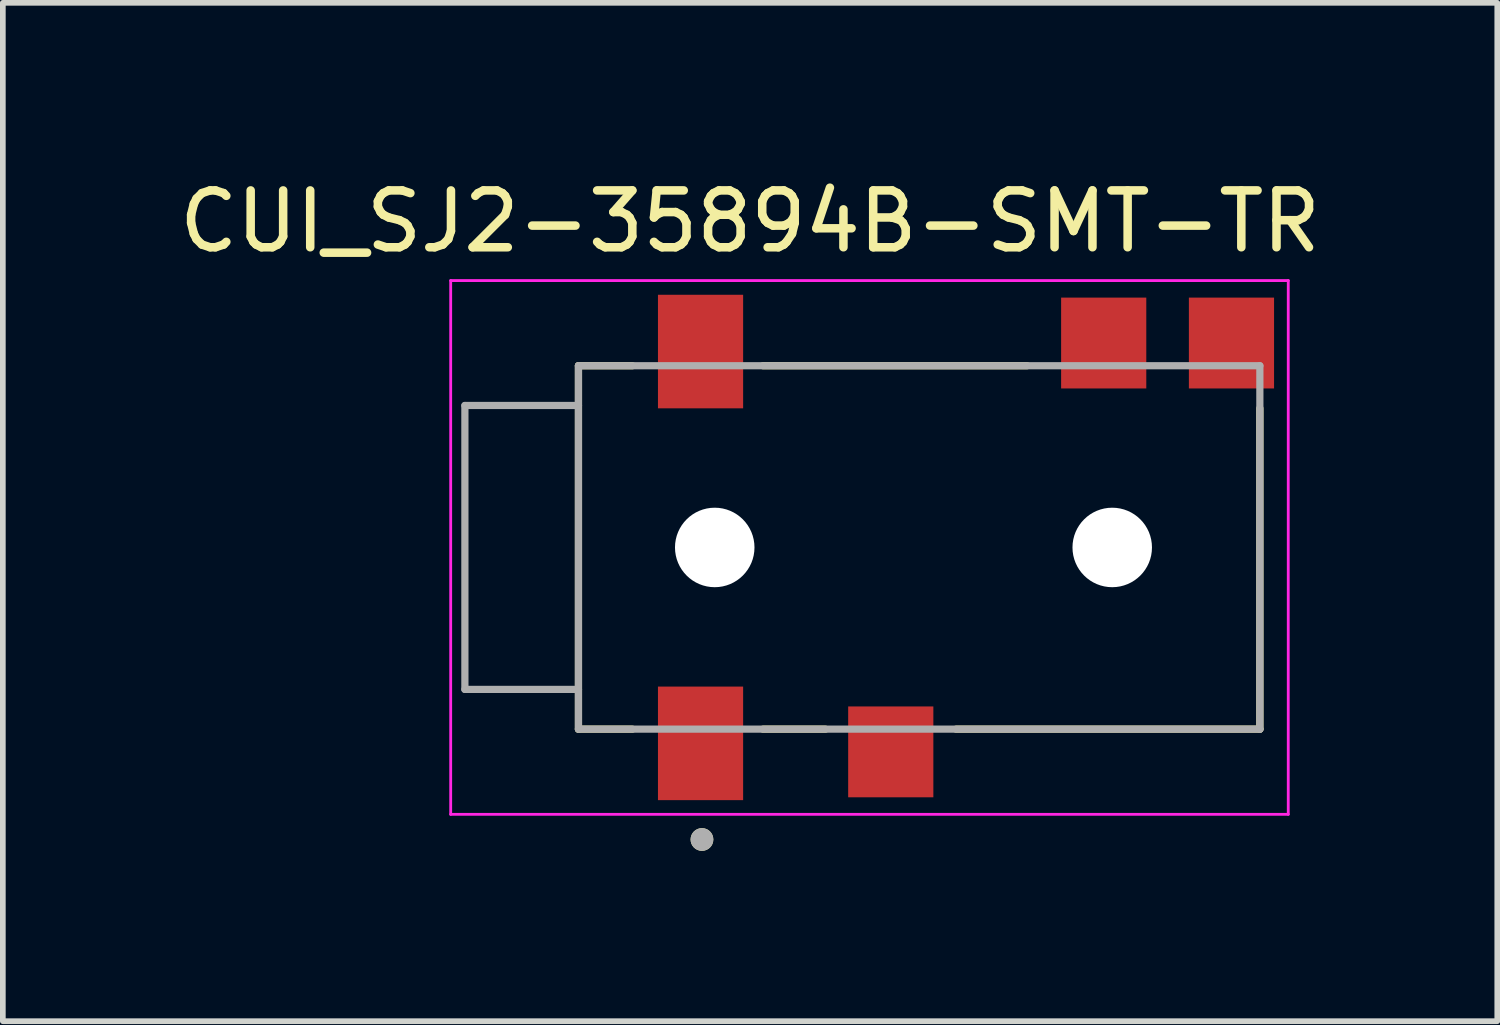
<source format=kicad_pcb>
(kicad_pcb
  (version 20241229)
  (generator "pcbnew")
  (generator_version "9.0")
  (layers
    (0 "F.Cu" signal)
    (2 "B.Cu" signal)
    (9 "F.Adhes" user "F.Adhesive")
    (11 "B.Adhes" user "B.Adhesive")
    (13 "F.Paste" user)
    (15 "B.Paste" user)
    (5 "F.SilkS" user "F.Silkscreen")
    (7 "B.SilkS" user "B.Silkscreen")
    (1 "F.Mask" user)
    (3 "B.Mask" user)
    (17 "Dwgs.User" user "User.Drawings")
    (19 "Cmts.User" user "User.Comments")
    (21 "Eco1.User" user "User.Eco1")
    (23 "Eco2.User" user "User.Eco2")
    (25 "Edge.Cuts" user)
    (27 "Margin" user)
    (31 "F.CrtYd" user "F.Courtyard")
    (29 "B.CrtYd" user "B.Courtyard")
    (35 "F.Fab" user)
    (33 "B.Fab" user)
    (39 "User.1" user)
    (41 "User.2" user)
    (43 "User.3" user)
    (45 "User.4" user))
  (footprint "CUI_SJ2-35894B-SMT-TR"
    (layer "F.Cu")
    (at 13.137 6.591)
    (property "Reference" "CUI_SJ2-35894B-SMT-TR" (at -2.978 -5.742 0) (layer "F.SilkS") (effects (font (size 1.001 1.001) (thickness 0.15))))
    (attr smd)
    (fp_line (start -6 -3.2) (end -6 3.2) (stroke (width 0.127) (type solid)) (layer "F.SilkS"))
    (fp_line (start -6 3.2) (end -5.05 3.2) (stroke (width 0.127) (type solid)) (layer "F.SilkS"))
    (fp_line (start -5.05 -3.2) (end -6 -3.2) (stroke (width 0.127) (type solid)) (layer "F.SilkS"))
    (fp_line (start -2.75 -3.2) (end 1.9 -3.2) (stroke (width 0.127) (type solid)) (layer "F.SilkS"))
    (fp_line (start -2.75 3.2) (end -1.65 3.2) (stroke (width 0.127) (type solid)) (layer "F.SilkS"))
    (fp_line (start 0.65 3.2) (end 6 3.2) (stroke (width 0.127) (type solid)) (layer "F.SilkS"))
    (fp_line (start 6 3.2) (end 6 -2.45) (stroke (width 0.127) (type solid)) (layer "F.SilkS"))
    (fp_circle (center -3.825 5.143) (end -3.725 5.143) (stroke (width 0.2) (type solid)) (fill no) (layer "F.SilkS"))
    (fp_line (start -8.25 -4.7) (end -8.25 4.7) (stroke (width 0.05) (type solid)) (layer "F.CrtYd"))
    (fp_line (start -8.25 4.7) (end 6.5 4.7) (stroke (width 0.05) (type solid)) (layer "F.CrtYd"))
    (fp_line (start 6.5 -4.7) (end -8.25 -4.7) (stroke (width 0.05) (type solid)) (layer "F.CrtYd"))
    (fp_line (start 6.5 4.7) (end 6.5 -4.7) (stroke (width 0.05) (type solid)) (layer "F.CrtYd"))
    (fp_line (start -8 -2.5) (end -8 2.5) (stroke (width 0.127) (type solid)) (layer "F.Fab"))
    (fp_line (start -8 2.5) (end -6 2.5) (stroke (width 0.127) (type solid)) (layer "F.Fab"))
    (fp_line (start -6 -3.2) (end 6 -3.2) (stroke (width 0.127) (type solid)) (layer "F.Fab"))
    (fp_line (start -6 -2.5) (end -8 -2.5) (stroke (width 0.127) (type solid)) (layer "F.Fab"))
    (fp_line (start -6 -2.5) (end -6 -3.2) (stroke (width 0.127) (type solid)) (layer "F.Fab"))
    (fp_line (start -6 2.5) (end -6 -2.5) (stroke (width 0.127) (type solid)) (layer "F.Fab"))
    (fp_line (start -6 3.2) (end -6 2.5) (stroke (width 0.127) (type solid)) (layer "F.Fab"))
    (fp_line (start 6 -3.2) (end 6 3.2) (stroke (width 0.127) (type solid)) (layer "F.Fab"))
    (fp_line (start 6 3.2) (end -6 3.2) (stroke (width 0.127) (type solid)) (layer "F.Fab"))
    (fp_circle (center -3.825 5.143) (end -3.725 5.143) (stroke (width 0.2) (type solid)) (fill no) (layer "F.Fab"))
    (pad "" np_thru_hole circle (at -3.6 0) (size 1.4 1.4) (drill 1.4) (layers "*.Cu" "*.Mask"))
    (pad "" np_thru_hole circle (at 3.4 0) (size 1.4 1.4) (drill 1.4) (layers "*.Cu" "*.Mask"))
    (pad "1" smd rect (at -3.85 3.45) (size 1.5 2) (layers "F.Cu" "F.Mask" "F.Paste"))
    (pad "2" smd rect (at 3.25 -3.6) (size 1.5 1.6) (layers "F.Cu" "F.Mask" "F.Paste"))
    (pad "3" smd rect (at -0.5 3.6) (size 1.5 1.6) (layers "F.Cu" "F.Mask" "F.Paste"))
    (pad "4" smd rect (at -3.85 -3.45) (size 1.5 2) (layers "F.Cu" "F.Mask" "F.Paste"))
    (pad "10" smd rect (at 5.5 -3.6) (size 1.5 1.6) (layers "F.Cu" "F.Mask" "F.Paste")))
  (gr_rect
    (start -3 -3)
    (end 23.318 14.934)
    (stroke (width 0.1) (type default))
    (fill no)
    (layer "Edge.Cuts")))
</source>
